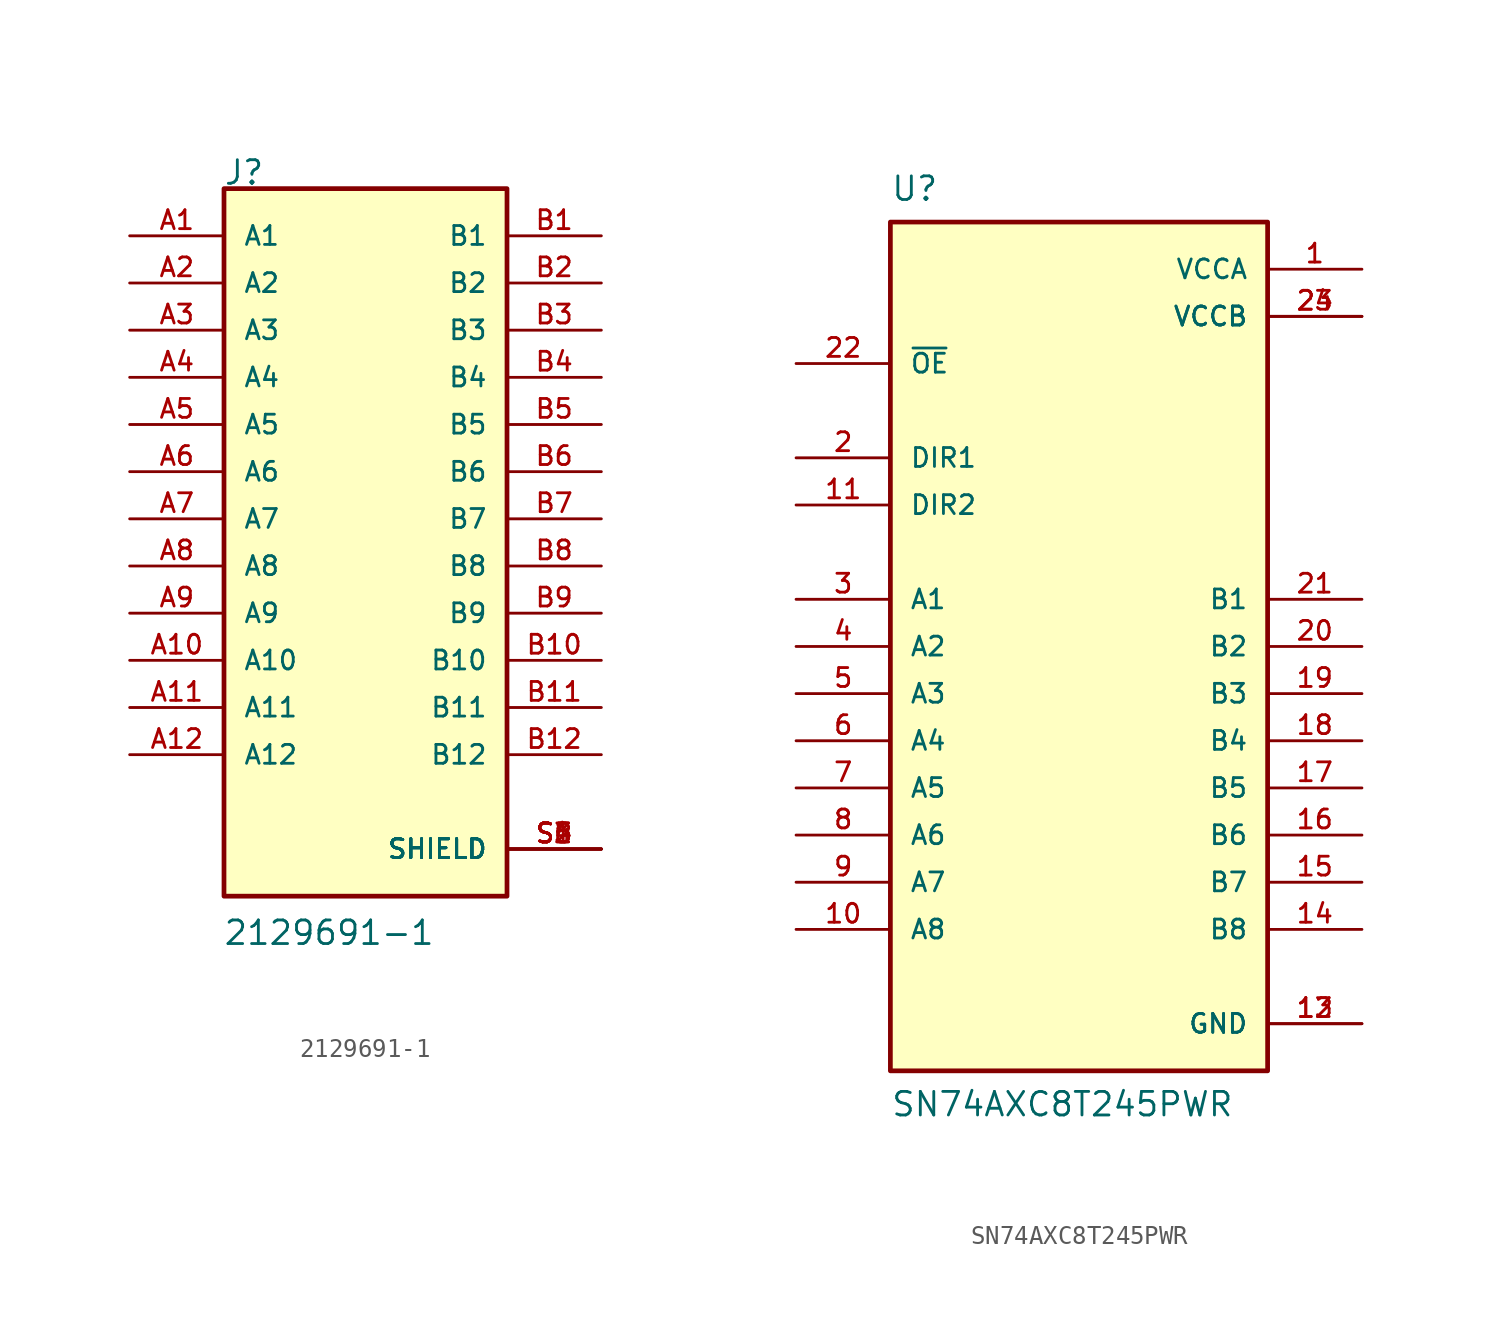
<source format=kicad_sym>
(kicad_symbol_lib
  (version 20211014)
  (generator kicad_symbol_editor)
  (symbol "2129691-1"
    (pin_names
      (offset 1.016))
    (property "Reference" "J"
      (at -7.667 20.445 0)
      (effects (font (size 1.27 1.27)) (justify bottom left)))
    (property "Value" "2129691-1"
      (at -7.685 -20.494 0)
      (effects (font (size 1.27 1.27)) (justify bottom left)))
    (symbol "2129691-1_0_0"
      (rectangle (start -7.62 -17.78) (end 7.62 20.32) (stroke (width 0.254)) (fill (type background)))
      (pin passive line (at -12.7 17.78 0) (length 5.08) (name "A1" (effects (font (size 1.016 1.016)))) (number "A1" (effects (font (size 1.016 1.016)))))
      (pin passive line (at 12.7 17.78 180.0) (length 5.08) (name "B1" (effects (font (size 1.016 1.016)))) (number "B1" (effects (font (size 1.016 1.016)))))
      (pin passive line (at -12.7 15.24 0) (length 5.08) (name "A2" (effects (font (size 1.016 1.016)))) (number "A2" (effects (font (size 1.016 1.016)))))
      (pin passive line (at 12.7 15.24 180.0) (length 5.08) (name "B2" (effects (font (size 1.016 1.016)))) (number "B2" (effects (font (size 1.016 1.016)))))
      (pin passive line (at -12.7 12.7 0) (length 5.08) (name "A3" (effects (font (size 1.016 1.016)))) (number "A3" (effects (font (size 1.016 1.016)))))
      (pin passive line (at 12.7 12.7 180.0) (length 5.08) (name "B3" (effects (font (size 1.016 1.016)))) (number "B3" (effects (font (size 1.016 1.016)))))
      (pin passive line (at -12.7 10.16 0) (length 5.08) (name "A4" (effects (font (size 1.016 1.016)))) (number "A4" (effects (font (size 1.016 1.016)))))
      (pin passive line (at 12.7 10.16 180.0) (length 5.08) (name "B4" (effects (font (size 1.016 1.016)))) (number "B4" (effects (font (size 1.016 1.016)))))
      (pin passive line (at -12.7 7.62 0) (length 5.08) (name "A5" (effects (font (size 1.016 1.016)))) (number "A5" (effects (font (size 1.016 1.016)))))
      (pin passive line (at 12.7 7.62 180.0) (length 5.08) (name "B5" (effects (font (size 1.016 1.016)))) (number "B5" (effects (font (size 1.016 1.016)))))
      (pin passive line (at -12.7 5.08 0) (length 5.08) (name "A6" (effects (font (size 1.016 1.016)))) (number "A6" (effects (font (size 1.016 1.016)))))
      (pin passive line (at 12.7 5.08 180.0) (length 5.08) (name "B6" (effects (font (size 1.016 1.016)))) (number "B6" (effects (font (size 1.016 1.016)))))
      (pin passive line (at -12.7 2.54 0) (length 5.08) (name "A7" (effects (font (size 1.016 1.016)))) (number "A7" (effects (font (size 1.016 1.016)))))
      (pin passive line (at 12.7 2.54 180.0) (length 5.08) (name "B7" (effects (font (size 1.016 1.016)))) (number "B7" (effects (font (size 1.016 1.016)))))
      (pin passive line (at -12.7 0.0 0) (length 5.08) (name "A8" (effects (font (size 1.016 1.016)))) (number "A8" (effects (font (size 1.016 1.016)))))
      (pin passive line (at 12.7 0.0 180.0) (length 5.08) (name "B8" (effects (font (size 1.016 1.016)))) (number "B8" (effects (font (size 1.016 1.016)))))
      (pin passive line (at -12.7 -2.54 0) (length 5.08) (name "A9" (effects (font (size 1.016 1.016)))) (number "A9" (effects (font (size 1.016 1.016)))))
      (pin passive line (at 12.7 -2.54 180.0) (length 5.08) (name "B9" (effects (font (size 1.016 1.016)))) (number "B9" (effects (font (size 1.016 1.016)))))
      (pin passive line (at -12.7 -5.08 0) (length 5.08) (name "A10" (effects (font (size 1.016 1.016)))) (number "A10" (effects (font (size 1.016 1.016)))))
      (pin passive line (at 12.7 -5.08 180.0) (length 5.08) (name "B10" (effects (font (size 1.016 1.016)))) (number "B10" (effects (font (size 1.016 1.016)))))
      (pin passive line (at -12.7 -7.62 0) (length 5.08) (name "A11" (effects (font (size 1.016 1.016)))) (number "A11" (effects (font (size 1.016 1.016)))))
      (pin passive line (at 12.7 -7.62 180.0) (length 5.08) (name "B11" (effects (font (size 1.016 1.016)))) (number "B11" (effects (font (size 1.016 1.016)))))
      (pin passive line (at -12.7 -10.16 0) (length 5.08) (name "A12" (effects (font (size 1.016 1.016)))) (number "A12" (effects (font (size 1.016 1.016)))))
      (pin passive line (at 12.7 -10.16 180.0) (length 5.08) (name "B12" (effects (font (size 1.016 1.016)))) (number "B12" (effects (font (size 1.016 1.016)))))
      (pin passive line (at 12.7 -15.24 180.0) (length 5.08) (name "SHIELD" (effects (font (size 1.016 1.016)))) (number "S1" (effects (font (size 1.016 1.016)))))
      (pin passive line (at 12.7 -15.24 180.0) (length 5.08) (name "SHIELD" (effects (font (size 1.016 1.016)))) (number "S2" (effects (font (size 1.016 1.016)))))
      (pin passive line (at 12.7 -15.24 180.0) (length 5.08) (name "SHIELD" (effects (font (size 1.016 1.016)))) (number "S3" (effects (font (size 1.016 1.016)))))
      (pin passive line (at 12.7 -15.24 180.0) (length 5.08) (name "SHIELD" (effects (font (size 1.016 1.016)))) (number "S4" (effects (font (size 1.016 1.016)))))
      (pin passive line (at 12.7 -15.24 180.0) (length 5.08) (name "SHIELD" (effects (font (size 1.016 1.016)))) (number "S5" (effects (font (size 1.016 1.016)))))
      (pin passive line (at 12.7 -15.24 180.0) (length 5.08) (name "SHIELD" (effects (font (size 1.016 1.016)))) (number "S6" (effects (font (size 1.016 1.016)))))))
  (symbol "SN74AXC8T245PWR"
    (pin_names
      (offset 1.016))
    (property "Reference" "U"
      (at -10.16 25.4 0)
      (effects (font (size 1.27 1.27)) (justify top left)))
    (property "Value" "SN74AXC8T245PWR"
      (at -10.16 -25.4 0)
      (effects (font (size 1.27 1.27)) (justify bottom left)))
    (symbol "SN74AXC8T245PWR_0_0"
      (rectangle (start -10.16 -22.86) (end 10.16 22.86) (stroke (width 0.254)) (fill (type background)))
      (pin power_in line (at 15.24 20.32 180.0) (length 5.08) (name "VCCA" (effects (font (size 1.016 1.016)))) (number "1" (effects (font (size 1.016 1.016)))))
      (pin input line (at -15.24 10.16 0) (length 5.08) (name "DIR1" (effects (font (size 1.016 1.016)))) (number "2" (effects (font (size 1.016 1.016)))))
      (pin bidirectional line (at -15.24 2.54 0) (length 5.08) (name "A1" (effects (font (size 1.016 1.016)))) (number "3" (effects (font (size 1.016 1.016)))))
      (pin bidirectional line (at -15.24 0.0 0) (length 5.08) (name "A2" (effects (font (size 1.016 1.016)))) (number "4" (effects (font (size 1.016 1.016)))))
      (pin bidirectional line (at -15.24 -5.08 0) (length 5.08) (name "A4" (effects (font (size 1.016 1.016)))) (number "6" (effects (font (size 1.016 1.016)))))
      (pin bidirectional line (at -15.24 -2.54 0) (length 5.08) (name "A3" (effects (font (size 1.016 1.016)))) (number "5" (effects (font (size 1.016 1.016)))))
      (pin bidirectional line (at -15.24 -7.62 0) (length 5.08) (name "A5" (effects (font (size 1.016 1.016)))) (number "7" (effects (font (size 1.016 1.016)))))
      (pin bidirectional line (at -15.24 -10.16 0) (length 5.08) (name "A6" (effects (font (size 1.016 1.016)))) (number "8" (effects (font (size 1.016 1.016)))))
      (pin bidirectional line (at -15.24 -12.7 0) (length 5.08) (name "A7" (effects (font (size 1.016 1.016)))) (number "9" (effects (font (size 1.016 1.016)))))
      (pin bidirectional line (at -15.24 -15.24 0) (length 5.08) (name "A8" (effects (font (size 1.016 1.016)))) (number "10" (effects (font (size 1.016 1.016)))))
      (pin input line (at -15.24 7.62 0) (length 5.08) (name "DIR2" (effects (font (size 1.016 1.016)))) (number "11" (effects (font (size 1.016 1.016)))))
      (pin power_in line (at 15.24 -20.32 180.0) (length 5.08) (name "GND" (effects (font (size 1.016 1.016)))) (number "12" (effects (font (size 1.016 1.016)))))
      (pin power_in line (at 15.24 -20.32 180.0) (length 5.08) (name "GND" (effects (font (size 1.016 1.016)))) (number "13" (effects (font (size 1.016 1.016)))))
      (pin bidirectional line (at 15.24 -15.24 180.0) (length 5.08) (name "B8" (effects (font (size 1.016 1.016)))) (number "14" (effects (font (size 1.016 1.016)))))
      (pin bidirectional line (at 15.24 -12.7 180.0) (length 5.08) (name "B7" (effects (font (size 1.016 1.016)))) (number "15" (effects (font (size 1.016 1.016)))))
      (pin bidirectional line (at 15.24 -10.16 180.0) (length 5.08) (name "B6" (effects (font (size 1.016 1.016)))) (number "16" (effects (font (size 1.016 1.016)))))
      (pin bidirectional line (at 15.24 -5.08 180.0) (length 5.08) (name "B4" (effects (font (size 1.016 1.016)))) (number "18" (effects (font (size 1.016 1.016)))))
      (pin bidirectional line (at 15.24 -7.62 180.0) (length 5.08) (name "B5" (effects (font (size 1.016 1.016)))) (number "17" (effects (font (size 1.016 1.016)))))
      (pin bidirectional line (at 15.24 -2.54 180.0) (length 5.08) (name "B3" (effects (font (size 1.016 1.016)))) (number "19" (effects (font (size 1.016 1.016)))))
      (pin bidirectional line (at 15.24 0.0 180.0) (length 5.08) (name "B2" (effects (font (size 1.016 1.016)))) (number "20" (effects (font (size 1.016 1.016)))))
      (pin bidirectional line (at 15.24 2.54 180.0) (length 5.08) (name "B1" (effects (font (size 1.016 1.016)))) (number "21" (effects (font (size 1.016 1.016)))))
      (pin input line (at -15.24 15.24 0) (length 5.08) (name "~{OE}" (effects (font (size 1.016 1.016)))) (number "22" (effects (font (size 1.016 1.016)))))
      (pin power_in line (at 15.24 17.78 180.0) (length 5.08) (name "VCCB" (effects (font (size 1.016 1.016)))) (number "23" (effects (font (size 1.016 1.016)))))
      (pin power_in line (at 15.24 17.78 180.0) (length 5.08) (name "VCCB" (effects (font (size 1.016 1.016)))) (number "24" (effects (font (size 1.016 1.016))))))))
</source>
